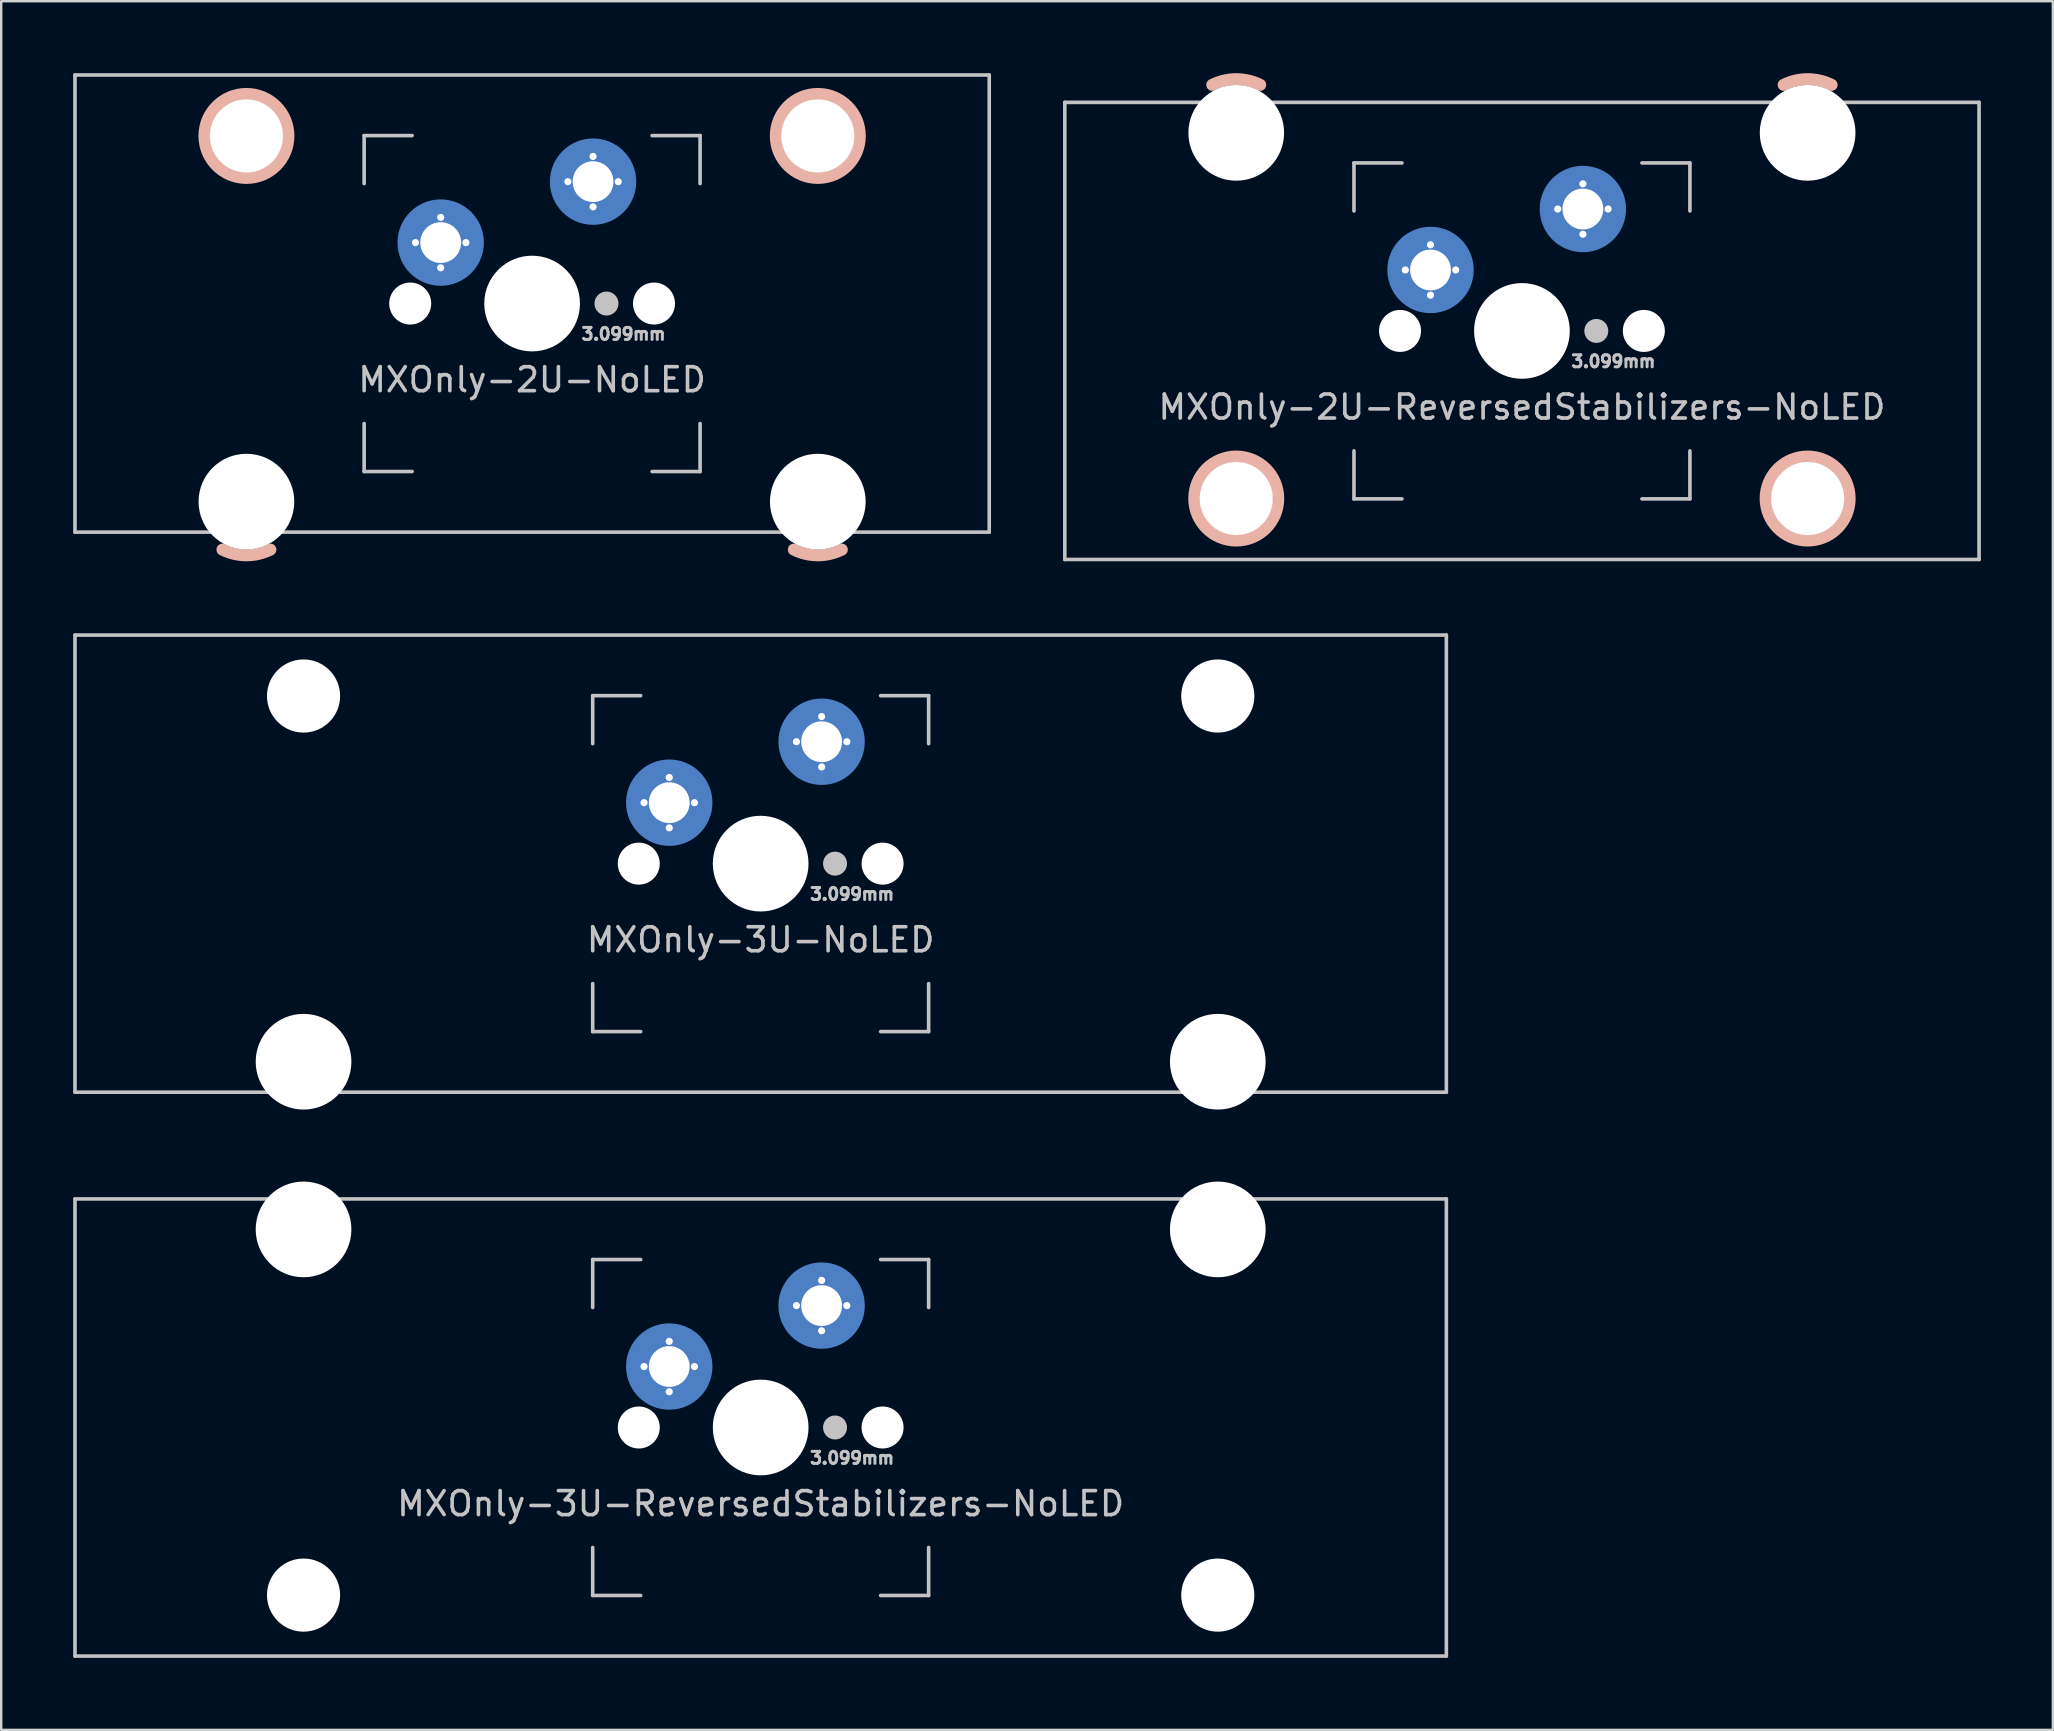
<source format=kicad_pcb>
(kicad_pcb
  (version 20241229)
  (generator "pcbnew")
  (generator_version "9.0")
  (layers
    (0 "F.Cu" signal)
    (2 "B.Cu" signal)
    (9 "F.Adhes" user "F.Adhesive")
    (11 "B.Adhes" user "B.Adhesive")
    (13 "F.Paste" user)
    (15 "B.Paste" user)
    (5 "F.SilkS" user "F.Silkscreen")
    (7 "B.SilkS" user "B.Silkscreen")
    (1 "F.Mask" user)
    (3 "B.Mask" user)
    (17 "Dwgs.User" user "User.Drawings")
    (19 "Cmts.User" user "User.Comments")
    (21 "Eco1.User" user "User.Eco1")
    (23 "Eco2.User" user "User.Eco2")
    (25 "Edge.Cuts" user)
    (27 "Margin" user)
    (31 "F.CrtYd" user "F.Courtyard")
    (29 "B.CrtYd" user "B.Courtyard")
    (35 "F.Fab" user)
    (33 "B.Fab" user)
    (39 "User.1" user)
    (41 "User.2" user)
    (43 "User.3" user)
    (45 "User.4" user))
  (footprint "MXOnly-2U-NoLED"
    (layer "F.Cu")
    (at 19.125 9.6)
    (property "Reference" "MXOnly-2U-NoLED" (at 0 3.175 0) (layer "Dwgs.User") (effects (font (size 1 1) (thickness 0.15))))
    (attr through_hole)
    (fp_arc (start -10.90625 10.255) (mid -11.905663 10.491068) (end -12.905199 10.255525) (stroke (width 0.5) (type solid)) (layer "B.SilkS"))
    (fp_arc (start 12.90625 10.255) (mid 11.906837 10.491068) (end 10.907301 10.255525) (stroke (width 0.5) (type solid)) (layer "B.SilkS"))
    (fp_circle (center -11.906 -6.985) (end -10.156 -6.985) (stroke (width 0.5) (type solid)) (fill no) (layer "B.SilkS"))
    (fp_circle (center 11.906 -6.985) (end 13.656 -6.985) (stroke (width 0.5) (type solid)) (fill no) (layer "B.SilkS"))
    (fp_line (start -19.05 -9.525) (end 19.05 -9.525) (stroke (width 0.15) (type solid)) (layer "Dwgs.User"))
    (fp_line (start -19.05 9.525) (end -19.05 -9.525) (stroke (width 0.15) (type solid)) (layer "Dwgs.User"))
    (fp_line (start -19.05 9.525) (end 19.05 9.525) (stroke (width 0.15) (type solid)) (layer "Dwgs.User"))
    (fp_line (start -7 -7) (end -7 -5) (stroke (width 0.15) (type solid)) (layer "Dwgs.User"))
    (fp_line (start -7 5) (end -7 7) (stroke (width 0.15) (type solid)) (layer "Dwgs.User"))
    (fp_line (start -7 7) (end -5 7) (stroke (width 0.15) (type solid)) (layer "Dwgs.User"))
    (fp_line (start -5 -7) (end -7 -7) (stroke (width 0.15) (type solid)) (layer "Dwgs.User"))
    (fp_line (start 5 -7) (end 7 -7) (stroke (width 0.15) (type solid)) (layer "Dwgs.User"))
    (fp_line (start 5 7) (end 7 7) (stroke (width 0.15) (type solid)) (layer "Dwgs.User"))
    (fp_line (start 7 -7) (end 7 -5) (stroke (width 0.15) (type solid)) (layer "Dwgs.User"))
    (fp_line (start 7 7) (end 7 5) (stroke (width 0.15) (type solid)) (layer "Dwgs.User"))
    (fp_line (start 19.05 -9.525) (end 19.05 9.525) (stroke (width 0.15) (type solid)) (layer "Dwgs.User"))
    (fp_text user "3.099mm" (at 3.81 1.27 0) (layer "Dwgs.User") (effects (font (size 0.5 0.5) (thickness 0.125))))
    (pad "" np_thru_hole circle (at -11.906 -6.985 180) (size 3.048 3.048) (drill 3.048) (layers "*.Cu" "*.Mask"))
    (pad "" np_thru_hole circle (at -11.906 8.255 180) (size 3.988 3.988) (drill 3.988) (layers "*.Cu" "*.Mask"))
    (pad "" np_thru_hole circle (at -5.08 0 48.1) (size 1.75 1.75) (drill 1.75) (layers "*.Cu" "*.Mask"))
    (pad "" smd circle (at -3.81 -2.54) (size 3.2 3.2) (layers "B.Mask"))
    (pad "" np_thru_hole circle (at 0 0) (size 3.988 3.988) (drill 3.988) (layers "*.Cu" "*.Mask"))
    (pad "" smd circle (at 2.54 -5.08) (size 3.2 3.2) (layers "B.Mask"))
    (pad "" smd circle (at 3.099 0) (size 1 1) (layers "Dwgs.User"))
    (pad "" np_thru_hole circle (at 5.08 0 48.1) (size 1.75 1.75) (drill 1.75) (layers "*.Cu" "*.Mask"))
    (pad "" np_thru_hole circle (at 11.906 -6.985 180) (size 3.048 3.048) (drill 3.048) (layers "*.Cu" "*.Mask"))
    (pad "" np_thru_hole circle (at 11.906 8.255 180) (size 3.988 3.988) (drill 3.988) (layers "*.Cu" "*.Mask"))
    (pad "1" thru_hole circle (at -4.86 -2.54 90) (size 0.4 0.4) (drill 0.3) (layers "*.Cu" "B.Mask"))
    (pad "1" thru_hole circle (at -3.81 -3.59) (size 0.4 0.4) (drill 0.3) (layers "*.Cu" "B.Mask"))
    (pad "1" thru_hole circle (at -3.81 -2.54) (size 2.5 2.5) (drill 1.7) (layers "*.Cu"))
    (pad "1" smd circle (at -3.81 -2.54) (size 3.6 3.6) (layers "B.Cu"))
    (pad "1" thru_hole circle (at -3.81 -1.49 180) (size 0.4 0.4) (drill 0.3) (layers "*.Cu" "B.Mask"))
    (pad "1" thru_hole circle (at -2.76 -2.54 270) (size 0.4 0.4) (drill 0.3) (layers "*.Cu" "B.Mask"))
    (pad "2" thru_hole circle (at 1.49 -5.08 90) (size 0.4 0.4) (drill 0.3) (layers "*.Cu" "B.Mask"))
    (pad "2" thru_hole circle (at 2.54 -6.13) (size 0.4 0.4) (drill 0.3) (layers "*.Cu" "B.Mask"))
    (pad "2" thru_hole circle (at 2.54 -5.08) (size 2.5 2.5) (drill 1.7) (layers "*.Cu"))
    (pad "2" smd circle (at 2.54 -5.08) (size 3.6 3.6) (layers "B.Cu"))
    (pad "2" thru_hole circle (at 2.54 -4.03 180) (size 0.4 0.4) (drill 0.3) (layers "*.Cu" "B.Mask"))
    (pad "2" thru_hole circle (at 3.59 -5.08 270) (size 0.4 0.4) (drill 0.3) (layers "*.Cu" "B.Mask")))
  (footprint "MXOnly-2U-ReversedStabilizers-NoLED"
    (layer "F.Cu")
    (at 60.375 10.741)
    (property "Reference" "MXOnly-2U-ReversedStabilizers-NoLED" (at 0 3.175 0) (layer "Dwgs.User") (effects (font (size 1 1) (thickness 0.15))))
    (attr through_hole)
    (fp_arc (start -12.90625 -10.255) (mid -11.906837 -10.491068) (end -10.907301 -10.255525) (stroke (width 0.5) (type solid)) (layer "B.SilkS"))
    (fp_arc (start 10.90625 -10.255) (mid 11.905663 -10.491068) (end 12.905199 -10.255525) (stroke (width 0.5) (type solid)) (layer "B.SilkS"))
    (fp_circle (center -11.906 6.985) (end -13.656 6.985) (stroke (width 0.5) (type solid)) (fill no) (layer "B.SilkS"))
    (fp_circle (center 11.906 6.985) (end 10.156 6.985) (stroke (width 0.5) (type solid)) (fill no) (layer "B.SilkS"))
    (fp_line (start -19.05 -9.525) (end 19.05 -9.525) (stroke (width 0.15) (type solid)) (layer "Dwgs.User"))
    (fp_line (start -19.05 9.525) (end -19.05 -9.525) (stroke (width 0.15) (type solid)) (layer "Dwgs.User"))
    (fp_line (start -19.05 9.525) (end 19.05 9.525) (stroke (width 0.15) (type solid)) (layer "Dwgs.User"))
    (fp_line (start -7 -7) (end -7 -5) (stroke (width 0.15) (type solid)) (layer "Dwgs.User"))
    (fp_line (start -7 5) (end -7 7) (stroke (width 0.15) (type solid)) (layer "Dwgs.User"))
    (fp_line (start -7 7) (end -5 7) (stroke (width 0.15) (type solid)) (layer "Dwgs.User"))
    (fp_line (start -5 -7) (end -7 -7) (stroke (width 0.15) (type solid)) (layer "Dwgs.User"))
    (fp_line (start 5 -7) (end 7 -7) (stroke (width 0.15) (type solid)) (layer "Dwgs.User"))
    (fp_line (start 5 7) (end 7 7) (stroke (width 0.15) (type solid)) (layer "Dwgs.User"))
    (fp_line (start 7 -7) (end 7 -5) (stroke (width 0.15) (type solid)) (layer "Dwgs.User"))
    (fp_line (start 7 7) (end 7 5) (stroke (width 0.15) (type solid)) (layer "Dwgs.User"))
    (fp_line (start 19.05 -9.525) (end 19.05 9.525) (stroke (width 0.15) (type solid)) (layer "Dwgs.User"))
    (fp_text user "3.099mm" (at 3.81 1.27 0) (layer "Dwgs.User") (effects (font (size 0.5 0.5) (thickness 0.125))))
    (pad "" np_thru_hole circle (at -11.906 -8.255) (size 3.988 3.988) (drill 3.988) (layers "*.Cu" "*.Mask"))
    (pad "" np_thru_hole circle (at -11.906 6.985) (size 3.048 3.048) (drill 3.048) (layers "*.Cu" "*.Mask"))
    (pad "" np_thru_hole circle (at -5.08 0 48.1) (size 1.75 1.75) (drill 1.75) (layers "*.Cu" "*.Mask"))
    (pad "" smd circle (at -3.81 -2.54) (size 3.2 3.2) (layers "B.Mask"))
    (pad "" np_thru_hole circle (at 0 0) (size 3.988 3.988) (drill 3.988) (layers "*.Cu" "*.Mask"))
    (pad "" smd circle (at 2.54 -5.08) (size 3.2 3.2) (layers "B.Mask"))
    (pad "" smd circle (at 3.099 0) (size 1 1) (layers "Dwgs.User"))
    (pad "" np_thru_hole circle (at 5.08 0 48.1) (size 1.75 1.75) (drill 1.75) (layers "*.Cu" "*.Mask"))
    (pad "" np_thru_hole circle (at 11.906 -8.255) (size 3.988 3.988) (drill 3.988) (layers "*.Cu" "*.Mask"))
    (pad "" np_thru_hole circle (at 11.906 6.985) (size 3.048 3.048) (drill 3.048) (layers "*.Cu" "*.Mask"))
    (pad "1" thru_hole circle (at -4.86 -2.54 90) (size 0.4 0.4) (drill 0.3) (layers "*.Cu" "B.Mask"))
    (pad "1" thru_hole circle (at -3.81 -3.59) (size 0.4 0.4) (drill 0.3) (layers "*.Cu" "B.Mask"))
    (pad "1" thru_hole circle (at -3.81 -2.54) (size 2.5 2.5) (drill 1.7) (layers "*.Cu"))
    (pad "1" smd circle (at -3.81 -2.54) (size 3.6 3.6) (layers "B.Cu"))
    (pad "1" thru_hole circle (at -3.81 -1.49 180) (size 0.4 0.4) (drill 0.3) (layers "*.Cu" "B.Mask"))
    (pad "1" thru_hole circle (at -2.76 -2.54 270) (size 0.4 0.4) (drill 0.3) (layers "*.Cu" "B.Mask"))
    (pad "2" thru_hole circle (at 1.49 -5.08 90) (size 0.4 0.4) (drill 0.3) (layers "*.Cu" "B.Mask"))
    (pad "2" thru_hole circle (at 2.54 -6.13) (size 0.4 0.4) (drill 0.3) (layers "*.Cu" "B.Mask"))
    (pad "2" thru_hole circle (at 2.54 -5.08) (size 2.5 2.5) (drill 1.7) (layers "*.Cu"))
    (pad "2" smd circle (at 2.54 -5.08) (size 3.6 3.6) (layers "B.Cu"))
    (pad "2" thru_hole circle (at 2.54 -4.03 180) (size 0.4 0.4) (drill 0.3) (layers "*.Cu" "B.Mask"))
    (pad "2" thru_hole circle (at 3.59 -5.08 270) (size 0.4 0.4) (drill 0.3) (layers "*.Cu" "B.Mask")))
  (footprint "MXOnly-3U-ReversedStabilizers-NoLED"
    (layer "F.Cu")
    (at 28.65 56.439)
    (property "Reference" "MXOnly-3U-ReversedStabilizers-NoLED" (at 0 3.175 0) (layer "Dwgs.User") (effects (font (size 1 1) (thickness 0.15))))
    (attr through_hole)
    (fp_line (start -28.575 -9.525) (end 28.575 -9.525) (stroke (width 0.15) (type solid)) (layer "Dwgs.User"))
    (fp_line (start -28.575 9.525) (end -28.575 -9.525) (stroke (width 0.15) (type solid)) (layer "Dwgs.User"))
    (fp_line (start -28.575 9.525) (end 28.575 9.525) (stroke (width 0.15) (type solid)) (layer "Dwgs.User"))
    (fp_line (start -7 -7) (end -7 -5) (stroke (width 0.15) (type solid)) (layer "Dwgs.User"))
    (fp_line (start -7 5) (end -7 7) (stroke (width 0.15) (type solid)) (layer "Dwgs.User"))
    (fp_line (start -7 7) (end -5 7) (stroke (width 0.15) (type solid)) (layer "Dwgs.User"))
    (fp_line (start -5 -7) (end -7 -7) (stroke (width 0.15) (type solid)) (layer "Dwgs.User"))
    (fp_line (start 5 -7) (end 7 -7) (stroke (width 0.15) (type solid)) (layer "Dwgs.User"))
    (fp_line (start 5 7) (end 7 7) (stroke (width 0.15) (type solid)) (layer "Dwgs.User"))
    (fp_line (start 7 -7) (end 7 -5) (stroke (width 0.15) (type solid)) (layer "Dwgs.User"))
    (fp_line (start 7 7) (end 7 5) (stroke (width 0.15) (type solid)) (layer "Dwgs.User"))
    (fp_line (start 28.575 -9.525) (end 28.575 9.525) (stroke (width 0.15) (type solid)) (layer "Dwgs.User"))
    (fp_text user "3.099mm" (at 3.81 1.27 0) (layer "Dwgs.User") (effects (font (size 0.5 0.5) (thickness 0.125))))
    (pad "" np_thru_hole circle (at -19.05 -8.255) (size 3.988 3.988) (drill 3.988) (layers "*.Cu" "*.Mask"))
    (pad "" np_thru_hole circle (at -19.05 6.985) (size 3.048 3.048) (drill 3.048) (layers "*.Cu" "*.Mask"))
    (pad "" np_thru_hole circle (at -5.08 0 48.1) (size 1.75 1.75) (drill 1.75) (layers "*.Cu" "*.Mask"))
    (pad "" smd circle (at -3.81 -2.54) (size 3.2 3.2) (layers "B.Mask"))
    (pad "" np_thru_hole circle (at 0 0) (size 3.988 3.988) (drill 3.988) (layers "*.Cu" "*.Mask"))
    (pad "" smd circle (at 2.54 -5.08) (size 3.2 3.2) (layers "B.Mask"))
    (pad "" smd circle (at 3.099 0) (size 1 1) (layers "Dwgs.User"))
    (pad "" np_thru_hole circle (at 5.08 0 48.1) (size 1.75 1.75) (drill 1.75) (layers "*.Cu" "*.Mask"))
    (pad "" np_thru_hole circle (at 19.05 -8.255) (size 3.988 3.988) (drill 3.988) (layers "*.Cu" "*.Mask"))
    (pad "" np_thru_hole circle (at 19.05 6.985) (size 3.048 3.048) (drill 3.048) (layers "*.Cu" "*.Mask"))
    (pad "1" thru_hole circle (at -4.86 -2.54 90) (size 0.4 0.4) (drill 0.3) (layers "*.Cu" "B.Mask"))
    (pad "1" thru_hole circle (at -3.81 -3.59) (size 0.4 0.4) (drill 0.3) (layers "*.Cu" "B.Mask"))
    (pad "1" thru_hole circle (at -3.81 -2.54) (size 2.5 2.5) (drill 1.7) (layers "*.Cu"))
    (pad "1" smd circle (at -3.81 -2.54) (size 3.6 3.6) (layers "B.Cu"))
    (pad "1" thru_hole circle (at -3.81 -1.49 180) (size 0.4 0.4) (drill 0.3) (layers "*.Cu" "B.Mask"))
    (pad "1" thru_hole circle (at -2.76 -2.54 270) (size 0.4 0.4) (drill 0.3) (layers "*.Cu" "B.Mask"))
    (pad "2" thru_hole circle (at 1.49 -5.08 90) (size 0.4 0.4) (drill 0.3) (layers "*.Cu" "B.Mask"))
    (pad "2" thru_hole circle (at 2.54 -6.13) (size 0.4 0.4) (drill 0.3) (layers "*.Cu" "B.Mask"))
    (pad "2" thru_hole circle (at 2.54 -5.08) (size 2.5 2.5) (drill 1.7) (layers "*.Cu"))
    (pad "2" smd circle (at 2.54 -5.08) (size 3.6 3.6) (layers "B.Cu"))
    (pad "2" thru_hole circle (at 2.54 -4.03 180) (size 0.4 0.4) (drill 0.3) (layers "*.Cu" "B.Mask"))
    (pad "2" thru_hole circle (at 3.59 -5.08 270) (size 0.4 0.4) (drill 0.3) (layers "*.Cu" "B.Mask")))
  (footprint "MXOnly-3U-NoLED"
    (layer "F.Cu")
    (at 28.65 32.941)
    (property "Reference" "MXOnly-3U-NoLED" (at 0 3.175 0) (layer "Dwgs.User") (effects (font (size 1 1) (thickness 0.15))))
    (attr through_hole)
    (fp_line (start -28.575 -9.525) (end 28.575 -9.525) (stroke (width 0.15) (type solid)) (layer "Dwgs.User"))
    (fp_line (start -28.575 9.525) (end -28.575 -9.525) (stroke (width 0.15) (type solid)) (layer "Dwgs.User"))
    (fp_line (start -28.575 9.525) (end 28.575 9.525) (stroke (width 0.15) (type solid)) (layer "Dwgs.User"))
    (fp_line (start -7 -7) (end -7 -5) (stroke (width 0.15) (type solid)) (layer "Dwgs.User"))
    (fp_line (start -7 5) (end -7 7) (stroke (width 0.15) (type solid)) (layer "Dwgs.User"))
    (fp_line (start -7 7) (end -5 7) (stroke (width 0.15) (type solid)) (layer "Dwgs.User"))
    (fp_line (start -5 -7) (end -7 -7) (stroke (width 0.15) (type solid)) (layer "Dwgs.User"))
    (fp_line (start 5 -7) (end 7 -7) (stroke (width 0.15) (type solid)) (layer "Dwgs.User"))
    (fp_line (start 5 7) (end 7 7) (stroke (width 0.15) (type solid)) (layer "Dwgs.User"))
    (fp_line (start 7 -7) (end 7 -5) (stroke (width 0.15) (type solid)) (layer "Dwgs.User"))
    (fp_line (start 7 7) (end 7 5) (stroke (width 0.15) (type solid)) (layer "Dwgs.User"))
    (fp_line (start 28.575 -9.525) (end 28.575 9.525) (stroke (width 0.15) (type solid)) (layer "Dwgs.User"))
    (fp_text user "3.099mm" (at 3.81 1.27 0) (layer "Dwgs.User") (effects (font (size 0.5 0.5) (thickness 0.125))))
    (pad "" np_thru_hole circle (at -19.05 -6.985) (size 3.048 3.048) (drill 3.048) (layers "*.Cu" "*.Mask"))
    (pad "" np_thru_hole circle (at -19.05 8.255) (size 3.988 3.988) (drill 3.988) (layers "*.Cu" "*.Mask"))
    (pad "" np_thru_hole circle (at -5.08 0 48.1) (size 1.75 1.75) (drill 1.75) (layers "*.Cu" "*.Mask"))
    (pad "" smd circle (at -3.81 -2.54) (size 3.2 3.2) (layers "B.Mask"))
    (pad "" np_thru_hole circle (at 0 0) (size 3.988 3.988) (drill 3.988) (layers "*.Cu" "*.Mask"))
    (pad "" smd circle (at 2.54 -5.08) (size 3.2 3.2) (layers "B.Mask"))
    (pad "" smd circle (at 3.099 0) (size 1 1) (layers "Dwgs.User"))
    (pad "" np_thru_hole circle (at 5.08 0 48.1) (size 1.75 1.75) (drill 1.75) (layers "*.Cu" "*.Mask"))
    (pad "" np_thru_hole circle (at 19.05 -6.985) (size 3.048 3.048) (drill 3.048) (layers "*.Cu" "*.Mask"))
    (pad "" np_thru_hole circle (at 19.05 8.255) (size 3.988 3.988) (drill 3.988) (layers "*.Cu" "*.Mask"))
    (pad "1" thru_hole circle (at -4.86 -2.54 90) (size 0.4 0.4) (drill 0.3) (layers "*.Cu" "B.Mask"))
    (pad "1" thru_hole circle (at -3.81 -3.59) (size 0.4 0.4) (drill 0.3) (layers "*.Cu" "B.Mask"))
    (pad "1" thru_hole circle (at -3.81 -2.54) (size 2.5 2.5) (drill 1.7) (layers "*.Cu"))
    (pad "1" smd circle (at -3.81 -2.54) (size 3.6 3.6) (layers "B.Cu"))
    (pad "1" thru_hole circle (at -3.81 -1.49 180) (size 0.4 0.4) (drill 0.3) (layers "*.Cu" "B.Mask"))
    (pad "1" thru_hole circle (at -2.76 -2.54 270) (size 0.4 0.4) (drill 0.3) (layers "*.Cu" "B.Mask"))
    (pad "2" thru_hole circle (at 1.49 -5.08 90) (size 0.4 0.4) (drill 0.3) (layers "*.Cu" "B.Mask"))
    (pad "2" thru_hole circle (at 2.54 -6.13) (size 0.4 0.4) (drill 0.3) (layers "*.Cu" "B.Mask"))
    (pad "2" thru_hole circle (at 2.54 -5.08) (size 2.5 2.5) (drill 1.7) (layers "*.Cu"))
    (pad "2" smd circle (at 2.54 -5.08) (size 3.6 3.6) (layers "B.Cu"))
    (pad "2" thru_hole circle (at 2.54 -4.03 180) (size 0.4 0.4) (drill 0.3) (layers "*.Cu" "B.Mask"))
    (pad "2" thru_hole circle (at 3.59 -5.08 270) (size 0.4 0.4) (drill 0.3) (layers "*.Cu" "B.Mask")))
  (gr_rect
    (start -3 -3)
    (end 82.5 69.039)
    (stroke (width 0.1) (type default))
    (fill no)
    (layer "Edge.Cuts")))
</source>
